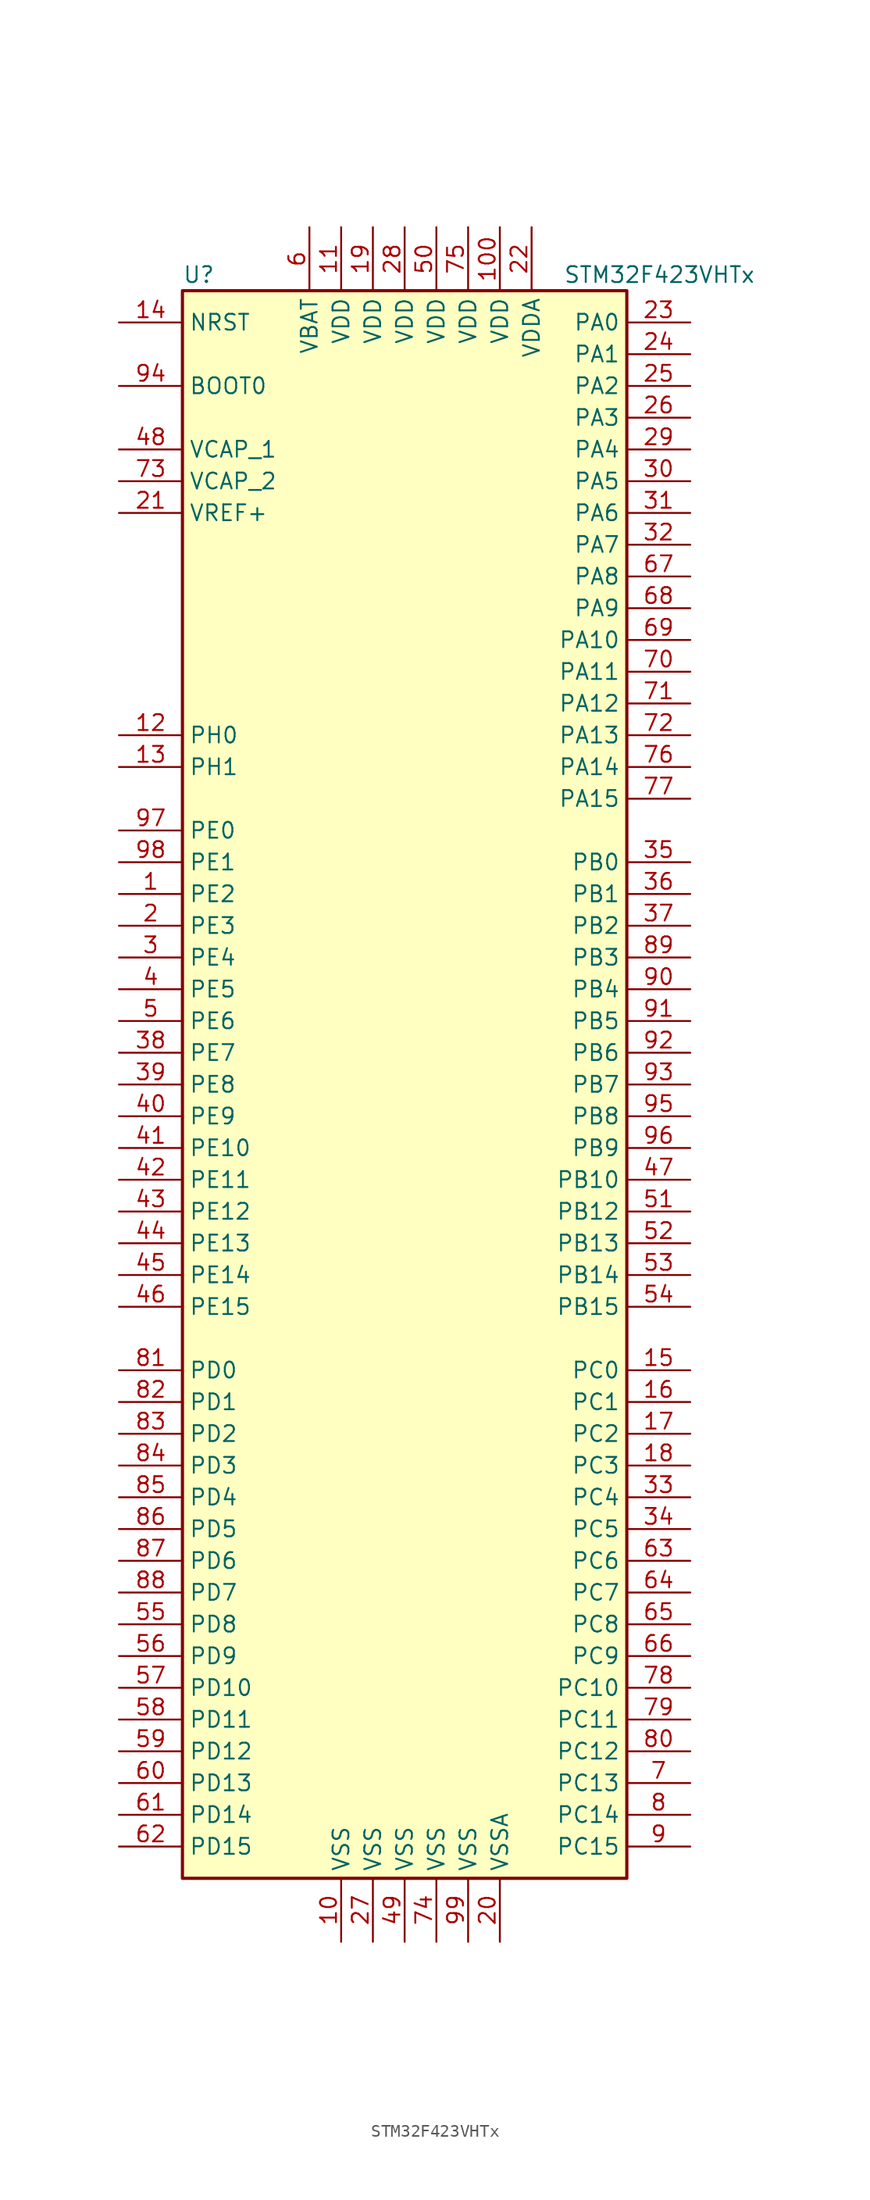
<source format=kicad_sym>
(kicad_symbol_lib
  (version 20201005)
  (generator kicad_symbol_editor)
  (symbol "MCU_ST_STM32F4:STM32F423VHTx"
    (property "Reference" "U"
      (at -17.78 64.77 0)
      (effects (font (size 1.27 1.27)) (justify left)))
    (property "Value" "STM32F423VHTx"
      (at 12.7 64.77 0)
      (effects (font (size 1.27 1.27)) (justify left)))
    (symbol "STM32F423VHTx_0_1"
      (rectangle (start -17.78 -63.5) (end 17.78 63.5) (stroke (width 0.254)) (fill (type background))))
    (symbol "STM32F423VHTx_1_1"
      (pin input line (at -22.86 55.88 0) (length 5.08) (name "BOOT0" (effects (font (size 1.27 1.27)))) (number "94" (effects (font (size 1.27 1.27)))))
      (pin input line (at -22.86 60.96 0) (length 5.08) (name "NRST" (effects (font (size 1.27 1.27)))) (number "14" (effects (font (size 1.27 1.27)))))
      (pin bidirectional line (at 22.86 60.96 180) (length 5.08) (name "PA0" (effects (font (size 1.27 1.27)))) (number "23" (effects (font (size 1.27 1.27)))))
      (pin bidirectional line (at 22.86 58.42 180) (length 5.08) (name "PA1" (effects (font (size 1.27 1.27)))) (number "24" (effects (font (size 1.27 1.27)))))
      (pin bidirectional line (at 22.86 35.56 180) (length 5.08) (name "PA10" (effects (font (size 1.27 1.27)))) (number "69" (effects (font (size 1.27 1.27)))))
      (pin bidirectional line (at 22.86 33.02 180) (length 5.08) (name "PA11" (effects (font (size 1.27 1.27)))) (number "70" (effects (font (size 1.27 1.27)))))
      (pin bidirectional line (at 22.86 30.48 180) (length 5.08) (name "PA12" (effects (font (size 1.27 1.27)))) (number "71" (effects (font (size 1.27 1.27)))))
      (pin bidirectional line (at 22.86 27.94 180) (length 5.08) (name "PA13" (effects (font (size 1.27 1.27)))) (number "72" (effects (font (size 1.27 1.27)))))
      (pin bidirectional line (at 22.86 25.4 180) (length 5.08) (name "PA14" (effects (font (size 1.27 1.27)))) (number "76" (effects (font (size 1.27 1.27)))))
      (pin bidirectional line (at 22.86 22.86 180) (length 5.08) (name "PA15" (effects (font (size 1.27 1.27)))) (number "77" (effects (font (size 1.27 1.27)))))
      (pin bidirectional line (at 22.86 55.88 180) (length 5.08) (name "PA2" (effects (font (size 1.27 1.27)))) (number "25" (effects (font (size 1.27 1.27)))))
      (pin bidirectional line (at 22.86 53.34 180) (length 5.08) (name "PA3" (effects (font (size 1.27 1.27)))) (number "26" (effects (font (size 1.27 1.27)))))
      (pin bidirectional line (at 22.86 50.8 180) (length 5.08) (name "PA4" (effects (font (size 1.27 1.27)))) (number "29" (effects (font (size 1.27 1.27)))))
      (pin bidirectional line (at 22.86 48.26 180) (length 5.08) (name "PA5" (effects (font (size 1.27 1.27)))) (number "30" (effects (font (size 1.27 1.27)))))
      (pin bidirectional line (at 22.86 45.72 180) (length 5.08) (name "PA6" (effects (font (size 1.27 1.27)))) (number "31" (effects (font (size 1.27 1.27)))))
      (pin bidirectional line (at 22.86 43.18 180) (length 5.08) (name "PA7" (effects (font (size 1.27 1.27)))) (number "32" (effects (font (size 1.27 1.27)))))
      (pin bidirectional line (at 22.86 40.64 180) (length 5.08) (name "PA8" (effects (font (size 1.27 1.27)))) (number "67" (effects (font (size 1.27 1.27)))))
      (pin bidirectional line (at 22.86 38.1 180) (length 5.08) (name "PA9" (effects (font (size 1.27 1.27)))) (number "68" (effects (font (size 1.27 1.27)))))
      (pin bidirectional line (at 22.86 17.78 180) (length 5.08) (name "PB0" (effects (font (size 1.27 1.27)))) (number "35" (effects (font (size 1.27 1.27)))))
      (pin bidirectional line (at 22.86 15.24 180) (length 5.08) (name "PB1" (effects (font (size 1.27 1.27)))) (number "36" (effects (font (size 1.27 1.27)))))
      (pin bidirectional line (at 22.86 -7.62 180) (length 5.08) (name "PB10" (effects (font (size 1.27 1.27)))) (number "47" (effects (font (size 1.27 1.27)))))
      (pin bidirectional line (at 22.86 -10.16 180) (length 5.08) (name "PB12" (effects (font (size 1.27 1.27)))) (number "51" (effects (font (size 1.27 1.27)))))
      (pin bidirectional line (at 22.86 -12.7 180) (length 5.08) (name "PB13" (effects (font (size 1.27 1.27)))) (number "52" (effects (font (size 1.27 1.27)))))
      (pin bidirectional line (at 22.86 -15.24 180) (length 5.08) (name "PB14" (effects (font (size 1.27 1.27)))) (number "53" (effects (font (size 1.27 1.27)))))
      (pin bidirectional line (at 22.86 -17.78 180) (length 5.08) (name "PB15" (effects (font (size 1.27 1.27)))) (number "54" (effects (font (size 1.27 1.27)))))
      (pin bidirectional line (at 22.86 12.7 180) (length 5.08) (name "PB2" (effects (font (size 1.27 1.27)))) (number "37" (effects (font (size 1.27 1.27)))))
      (pin bidirectional line (at 22.86 10.16 180) (length 5.08) (name "PB3" (effects (font (size 1.27 1.27)))) (number "89" (effects (font (size 1.27 1.27)))))
      (pin bidirectional line (at 22.86 7.62 180) (length 5.08) (name "PB4" (effects (font (size 1.27 1.27)))) (number "90" (effects (font (size 1.27 1.27)))))
      (pin bidirectional line (at 22.86 5.08 180) (length 5.08) (name "PB5" (effects (font (size 1.27 1.27)))) (number "91" (effects (font (size 1.27 1.27)))))
      (pin bidirectional line (at 22.86 2.54 180) (length 5.08) (name "PB6" (effects (font (size 1.27 1.27)))) (number "92" (effects (font (size 1.27 1.27)))))
      (pin bidirectional line (at 22.86 0 180) (length 5.08) (name "PB7" (effects (font (size 1.27 1.27)))) (number "93" (effects (font (size 1.27 1.27)))))
      (pin bidirectional line (at 22.86 -2.54 180) (length 5.08) (name "PB8" (effects (font (size 1.27 1.27)))) (number "95" (effects (font (size 1.27 1.27)))))
      (pin bidirectional line (at 22.86 -5.08 180) (length 5.08) (name "PB9" (effects (font (size 1.27 1.27)))) (number "96" (effects (font (size 1.27 1.27)))))
      (pin bidirectional line (at 22.86 -22.86 180) (length 5.08) (name "PC0" (effects (font (size 1.27 1.27)))) (number "15" (effects (font (size 1.27 1.27)))))
      (pin bidirectional line (at 22.86 -25.4 180) (length 5.08) (name "PC1" (effects (font (size 1.27 1.27)))) (number "16" (effects (font (size 1.27 1.27)))))
      (pin bidirectional line (at 22.86 -48.26 180) (length 5.08) (name "PC10" (effects (font (size 1.27 1.27)))) (number "78" (effects (font (size 1.27 1.27)))))
      (pin bidirectional line (at 22.86 -50.8 180) (length 5.08) (name "PC11" (effects (font (size 1.27 1.27)))) (number "79" (effects (font (size 1.27 1.27)))))
      (pin bidirectional line (at 22.86 -53.34 180) (length 5.08) (name "PC12" (effects (font (size 1.27 1.27)))) (number "80" (effects (font (size 1.27 1.27)))))
      (pin bidirectional line (at 22.86 -55.88 180) (length 5.08) (name "PC13" (effects (font (size 1.27 1.27)))) (number "7" (effects (font (size 1.27 1.27)))))
      (pin bidirectional line (at 22.86 -58.42 180) (length 5.08) (name "PC14" (effects (font (size 1.27 1.27)))) (number "8" (effects (font (size 1.27 1.27)))))
      (pin bidirectional line (at 22.86 -60.96 180) (length 5.08) (name "PC15" (effects (font (size 1.27 1.27)))) (number "9" (effects (font (size 1.27 1.27)))))
      (pin bidirectional line (at 22.86 -27.94 180) (length 5.08) (name "PC2" (effects (font (size 1.27 1.27)))) (number "17" (effects (font (size 1.27 1.27)))))
      (pin bidirectional line (at 22.86 -30.48 180) (length 5.08) (name "PC3" (effects (font (size 1.27 1.27)))) (number "18" (effects (font (size 1.27 1.27)))))
      (pin bidirectional line (at 22.86 -33.02 180) (length 5.08) (name "PC4" (effects (font (size 1.27 1.27)))) (number "33" (effects (font (size 1.27 1.27)))))
      (pin bidirectional line (at 22.86 -35.56 180) (length 5.08) (name "PC5" (effects (font (size 1.27 1.27)))) (number "34" (effects (font (size 1.27 1.27)))))
      (pin bidirectional line (at 22.86 -38.1 180) (length 5.08) (name "PC6" (effects (font (size 1.27 1.27)))) (number "63" (effects (font (size 1.27 1.27)))))
      (pin bidirectional line (at 22.86 -40.64 180) (length 5.08) (name "PC7" (effects (font (size 1.27 1.27)))) (number "64" (effects (font (size 1.27 1.27)))))
      (pin bidirectional line (at 22.86 -43.18 180) (length 5.08) (name "PC8" (effects (font (size 1.27 1.27)))) (number "65" (effects (font (size 1.27 1.27)))))
      (pin bidirectional line (at 22.86 -45.72 180) (length 5.08) (name "PC9" (effects (font (size 1.27 1.27)))) (number "66" (effects (font (size 1.27 1.27)))))
      (pin bidirectional line (at -22.86 -22.86 0) (length 5.08) (name "PD0" (effects (font (size 1.27 1.27)))) (number "81" (effects (font (size 1.27 1.27)))))
      (pin bidirectional line (at -22.86 -25.4 0) (length 5.08) (name "PD1" (effects (font (size 1.27 1.27)))) (number "82" (effects (font (size 1.27 1.27)))))
      (pin bidirectional line (at -22.86 -48.26 0) (length 5.08) (name "PD10" (effects (font (size 1.27 1.27)))) (number "57" (effects (font (size 1.27 1.27)))))
      (pin bidirectional line (at -22.86 -50.8 0) (length 5.08) (name "PD11" (effects (font (size 1.27 1.27)))) (number "58" (effects (font (size 1.27 1.27)))))
      (pin bidirectional line (at -22.86 -53.34 0) (length 5.08) (name "PD12" (effects (font (size 1.27 1.27)))) (number "59" (effects (font (size 1.27 1.27)))))
      (pin bidirectional line (at -22.86 -55.88 0) (length 5.08) (name "PD13" (effects (font (size 1.27 1.27)))) (number "60" (effects (font (size 1.27 1.27)))))
      (pin bidirectional line (at -22.86 -58.42 0) (length 5.08) (name "PD14" (effects (font (size 1.27 1.27)))) (number "61" (effects (font (size 1.27 1.27)))))
      (pin bidirectional line (at -22.86 -60.96 0) (length 5.08) (name "PD15" (effects (font (size 1.27 1.27)))) (number "62" (effects (font (size 1.27 1.27)))))
      (pin bidirectional line (at -22.86 -27.94 0) (length 5.08) (name "PD2" (effects (font (size 1.27 1.27)))) (number "83" (effects (font (size 1.27 1.27)))))
      (pin bidirectional line (at -22.86 -30.48 0) (length 5.08) (name "PD3" (effects (font (size 1.27 1.27)))) (number "84" (effects (font (size 1.27 1.27)))))
      (pin bidirectional line (at -22.86 -33.02 0) (length 5.08) (name "PD4" (effects (font (size 1.27 1.27)))) (number "85" (effects (font (size 1.27 1.27)))))
      (pin bidirectional line (at -22.86 -35.56 0) (length 5.08) (name "PD5" (effects (font (size 1.27 1.27)))) (number "86" (effects (font (size 1.27 1.27)))))
      (pin bidirectional line (at -22.86 -38.1 0) (length 5.08) (name "PD6" (effects (font (size 1.27 1.27)))) (number "87" (effects (font (size 1.27 1.27)))))
      (pin bidirectional line (at -22.86 -40.64 0) (length 5.08) (name "PD7" (effects (font (size 1.27 1.27)))) (number "88" (effects (font (size 1.27 1.27)))))
      (pin bidirectional line (at -22.86 -43.18 0) (length 5.08) (name "PD8" (effects (font (size 1.27 1.27)))) (number "55" (effects (font (size 1.27 1.27)))))
      (pin bidirectional line (at -22.86 -45.72 0) (length 5.08) (name "PD9" (effects (font (size 1.27 1.27)))) (number "56" (effects (font (size 1.27 1.27)))))
      (pin bidirectional line (at -22.86 20.32 0) (length 5.08) (name "PE0" (effects (font (size 1.27 1.27)))) (number "97" (effects (font (size 1.27 1.27)))))
      (pin bidirectional line (at -22.86 17.78 0) (length 5.08) (name "PE1" (effects (font (size 1.27 1.27)))) (number "98" (effects (font (size 1.27 1.27)))))
      (pin bidirectional line (at -22.86 -5.08 0) (length 5.08) (name "PE10" (effects (font (size 1.27 1.27)))) (number "41" (effects (font (size 1.27 1.27)))))
      (pin bidirectional line (at -22.86 -7.62 0) (length 5.08) (name "PE11" (effects (font (size 1.27 1.27)))) (number "42" (effects (font (size 1.27 1.27)))))
      (pin bidirectional line (at -22.86 -10.16 0) (length 5.08) (name "PE12" (effects (font (size 1.27 1.27)))) (number "43" (effects (font (size 1.27 1.27)))))
      (pin bidirectional line (at -22.86 -12.7 0) (length 5.08) (name "PE13" (effects (font (size 1.27 1.27)))) (number "44" (effects (font (size 1.27 1.27)))))
      (pin bidirectional line (at -22.86 -15.24 0) (length 5.08) (name "PE14" (effects (font (size 1.27 1.27)))) (number "45" (effects (font (size 1.27 1.27)))))
      (pin bidirectional line (at -22.86 -17.78 0) (length 5.08) (name "PE15" (effects (font (size 1.27 1.27)))) (number "46" (effects (font (size 1.27 1.27)))))
      (pin bidirectional line (at -22.86 15.24 0) (length 5.08) (name "PE2" (effects (font (size 1.27 1.27)))) (number "1" (effects (font (size 1.27 1.27)))))
      (pin bidirectional line (at -22.86 12.7 0) (length 5.08) (name "PE3" (effects (font (size 1.27 1.27)))) (number "2" (effects (font (size 1.27 1.27)))))
      (pin bidirectional line (at -22.86 10.16 0) (length 5.08) (name "PE4" (effects (font (size 1.27 1.27)))) (number "3" (effects (font (size 1.27 1.27)))))
      (pin bidirectional line (at -22.86 7.62 0) (length 5.08) (name "PE5" (effects (font (size 1.27 1.27)))) (number "4" (effects (font (size 1.27 1.27)))))
      (pin bidirectional line (at -22.86 5.08 0) (length 5.08) (name "PE6" (effects (font (size 1.27 1.27)))) (number "5" (effects (font (size 1.27 1.27)))))
      (pin bidirectional line (at -22.86 2.54 0) (length 5.08) (name "PE7" (effects (font (size 1.27 1.27)))) (number "38" (effects (font (size 1.27 1.27)))))
      (pin bidirectional line (at -22.86 0 0) (length 5.08) (name "PE8" (effects (font (size 1.27 1.27)))) (number "39" (effects (font (size 1.27 1.27)))))
      (pin bidirectional line (at -22.86 -2.54 0) (length 5.08) (name "PE9" (effects (font (size 1.27 1.27)))) (number "40" (effects (font (size 1.27 1.27)))))
      (pin input line (at -22.86 27.94 0) (length 5.08) (name "PH0" (effects (font (size 1.27 1.27)))) (number "12" (effects (font (size 1.27 1.27)))))
      (pin input line (at -22.86 25.4 0) (length 5.08) (name "PH1" (effects (font (size 1.27 1.27)))) (number "13" (effects (font (size 1.27 1.27)))))
      (pin power_in line (at -7.62 68.58 270) (length 5.08) (name "VBAT" (effects (font (size 1.27 1.27)))) (number "6" (effects (font (size 1.27 1.27)))))
      (pin power_in line (at -22.86 50.8 0) (length 5.08) (name "VCAP_1" (effects (font (size 1.27 1.27)))) (number "48" (effects (font (size 1.27 1.27)))))
      (pin power_in line (at -22.86 48.26 0) (length 5.08) (name "VCAP_2" (effects (font (size 1.27 1.27)))) (number "73" (effects (font (size 1.27 1.27)))))
      (pin power_in line (at 7.62 68.58 270) (length 5.08) (name "VDD" (effects (font (size 1.27 1.27)))) (number "100" (effects (font (size 1.27 1.27)))))
      (pin power_in line (at -5.08 68.58 270) (length 5.08) (name "VDD" (effects (font (size 1.27 1.27)))) (number "11" (effects (font (size 1.27 1.27)))))
      (pin power_in line (at -2.54 68.58 270) (length 5.08) (name "VDD" (effects (font (size 1.27 1.27)))) (number "19" (effects (font (size 1.27 1.27)))))
      (pin power_in line (at 0 68.58 270) (length 5.08) (name "VDD" (effects (font (size 1.27 1.27)))) (number "28" (effects (font (size 1.27 1.27)))))
      (pin power_in line (at 2.54 68.58 270) (length 5.08) (name "VDD" (effects (font (size 1.27 1.27)))) (number "50" (effects (font (size 1.27 1.27)))))
      (pin power_in line (at 5.08 68.58 270) (length 5.08) (name "VDD" (effects (font (size 1.27 1.27)))) (number "75" (effects (font (size 1.27 1.27)))))
      (pin power_in line (at 10.16 68.58 270) (length 5.08) (name "VDDA" (effects (font (size 1.27 1.27)))) (number "22" (effects (font (size 1.27 1.27)))))
      (pin power_in line (at -22.86 45.72 0) (length 5.08) (name "VREF+" (effects (font (size 1.27 1.27)))) (number "21" (effects (font (size 1.27 1.27)))))
      (pin power_in line (at -5.08 -68.58 90) (length 5.08) (name "VSS" (effects (font (size 1.27 1.27)))) (number "10" (effects (font (size 1.27 1.27)))))
      (pin power_in line (at -2.54 -68.58 90) (length 5.08) (name "VSS" (effects (font (size 1.27 1.27)))) (number "27" (effects (font (size 1.27 1.27)))))
      (pin power_in line (at 0 -68.58 90) (length 5.08) (name "VSS" (effects (font (size 1.27 1.27)))) (number "49" (effects (font (size 1.27 1.27)))))
      (pin power_in line (at 2.54 -68.58 90) (length 5.08) (name "VSS" (effects (font (size 1.27 1.27)))) (number "74" (effects (font (size 1.27 1.27)))))
      (pin power_in line (at 5.08 -68.58 90) (length 5.08) (name "VSS" (effects (font (size 1.27 1.27)))) (number "99" (effects (font (size 1.27 1.27)))))
      (pin power_in line (at 7.62 -68.58 90) (length 5.08) (name "VSSA" (effects (font (size 1.27 1.27)))) (number "20" (effects (font (size 1.27 1.27))))))))
</source>
